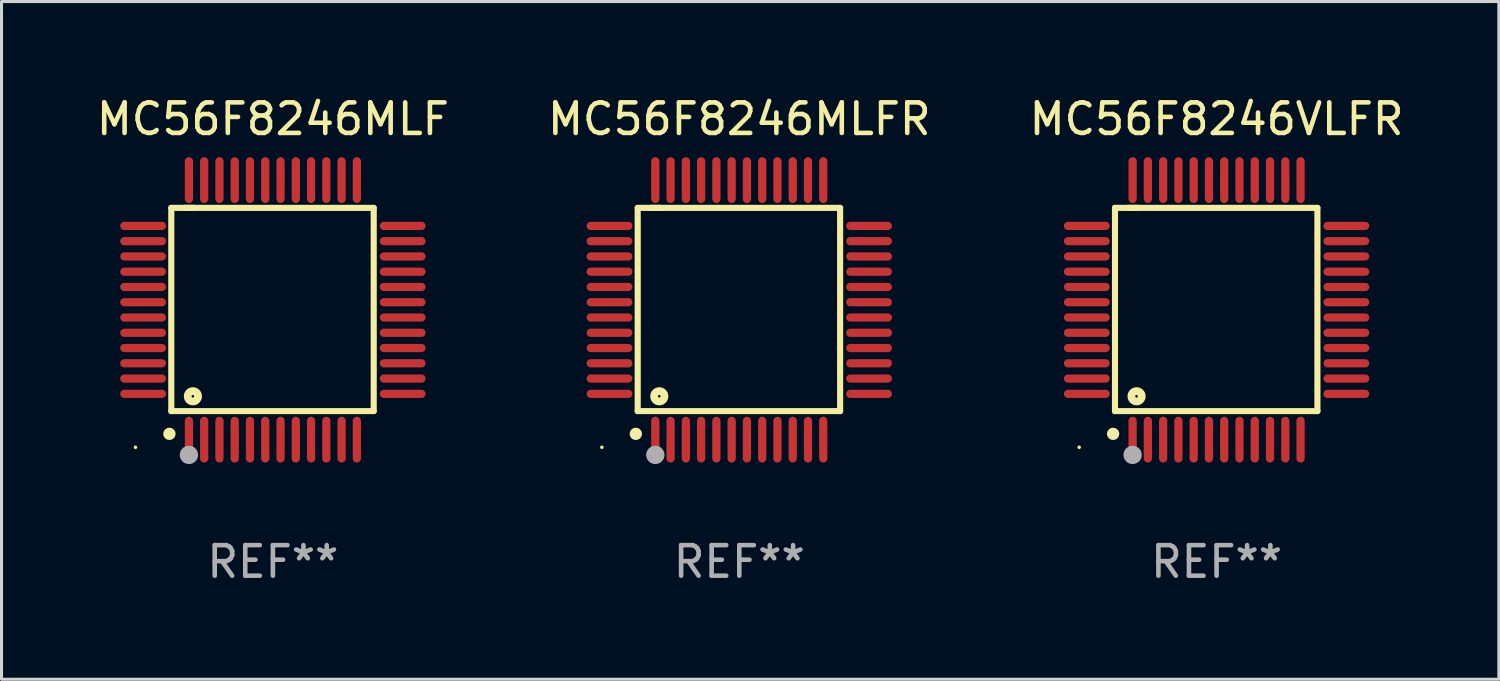
<source format=kicad_pcb>
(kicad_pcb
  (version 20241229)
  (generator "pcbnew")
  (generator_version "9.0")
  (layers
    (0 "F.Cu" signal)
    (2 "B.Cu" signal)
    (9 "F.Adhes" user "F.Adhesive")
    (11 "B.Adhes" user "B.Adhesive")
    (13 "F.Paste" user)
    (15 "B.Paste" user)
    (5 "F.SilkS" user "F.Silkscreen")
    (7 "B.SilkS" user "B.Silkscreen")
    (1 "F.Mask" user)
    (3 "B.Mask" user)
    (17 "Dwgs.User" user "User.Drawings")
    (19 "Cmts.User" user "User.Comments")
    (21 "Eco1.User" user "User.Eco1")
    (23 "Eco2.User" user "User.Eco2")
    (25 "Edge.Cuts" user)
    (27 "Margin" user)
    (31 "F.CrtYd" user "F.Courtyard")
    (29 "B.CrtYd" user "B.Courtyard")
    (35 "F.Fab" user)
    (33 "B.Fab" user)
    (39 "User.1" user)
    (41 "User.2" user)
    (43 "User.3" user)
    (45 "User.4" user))
  (footprint "MC56F8246MLFR"
    (layer "F.Cu")
    (at 21.161 7.098)
    (property "Reference" "MC56F8246MLFR" (at 0 -6.25 0) (layer "F.SilkS") (effects (font (size 1 1) (thickness 0.15))))
    (attr through_hole)
    (fp_line (start -3.327 -3.34) (end -2.565 -3.34) (stroke (width 0.2) (type solid)) (layer "F.SilkS"))
    (fp_line (start -3.327 3.315) (end -3.327 -3.34) (stroke (width 0.2) (type solid)) (layer "F.SilkS"))
    (fp_line (start -2.896 -3.34) (end 3.302 -3.34) (stroke (width 0.2) (type solid)) (layer "F.SilkS"))
    (fp_line (start 3.302 -3.34) (end 3.302 3.315) (stroke (width 0.2) (type solid)) (layer "F.SilkS"))
    (fp_line (start 3.302 3.315) (end -3.327 3.315) (stroke (width 0.2) (type solid)) (layer "F.SilkS"))
    (fp_arc (start -3.389992 4.059995) (mid -3.388722 4.059991) (end -3.387452 4.059995) (stroke (width 0.4) (type solid)) (layer "F.SilkS"))
    (fp_circle (center -4.5 4.5) (end -4.47 4.5) (stroke (width 0.06) (type solid)) (fill no) (layer "F.SilkS"))
    (fp_circle (center -2.62 2.83) (end -2.45 2.83) (stroke (width 0.254) (type solid)) (fill no) (layer "F.SilkS"))
    (fp_circle (center -2.75 4.75) (end -2.6 4.75) (stroke (width 0.3) (type solid)) (fill no) (layer "F.Fab"))
    (fp_text user "REF**" (at 0 8.25 0) (layer "F.Fab") (effects (font (size 1 1) (thickness 0.15))))
    (pad "1" smd oval (at -2.75 4.25) (size 0.27 1.5) (layers "F.Cu" "F.Mask" "F.Paste"))
    (pad "2" smd oval (at -2.25 4.25) (size 0.27 1.5) (layers "F.Cu" "F.Mask" "F.Paste"))
    (pad "3" smd oval (at -1.75 4.25) (size 0.27 1.5) (layers "F.Cu" "F.Mask" "F.Paste"))
    (pad "4" smd oval (at -1.25 4.25) (size 0.27 1.5) (layers "F.Cu" "F.Mask" "F.Paste"))
    (pad "5" smd oval (at -0.75 4.25) (size 0.27 1.5) (layers "F.Cu" "F.Mask" "F.Paste"))
    (pad "6" smd oval (at -0.25 4.25) (size 0.27 1.5) (layers "F.Cu" "F.Mask" "F.Paste"))
    (pad "7" smd oval (at 0.25 4.25) (size 0.27 1.5) (layers "F.Cu" "F.Mask" "F.Paste"))
    (pad "8" smd oval (at 0.75 4.25) (size 0.27 1.5) (layers "F.Cu" "F.Mask" "F.Paste"))
    (pad "9" smd oval (at 1.25 4.25) (size 0.27 1.5) (layers "F.Cu" "F.Mask" "F.Paste"))
    (pad "10" smd oval (at 1.75 4.25) (size 0.27 1.5) (layers "F.Cu" "F.Mask" "F.Paste"))
    (pad "11" smd oval (at 2.25 4.25) (size 0.27 1.5) (layers "F.Cu" "F.Mask" "F.Paste"))
    (pad "12" smd oval (at 2.75 4.25) (size 0.27 1.5) (layers "F.Cu" "F.Mask" "F.Paste"))
    (pad "13" smd oval (at 4.25 2.75) (size 1.5 0.27) (layers "F.Cu" "F.Mask" "F.Paste"))
    (pad "14" smd oval (at 4.25 2.25) (size 1.5 0.27) (layers "F.Cu" "F.Mask" "F.Paste"))
    (pad "15" smd oval (at 4.25 1.75) (size 1.5 0.27) (layers "F.Cu" "F.Mask" "F.Paste"))
    (pad "16" smd oval (at 4.25 1.25) (size 1.5 0.27) (layers "F.Cu" "F.Mask" "F.Paste"))
    (pad "17" smd oval (at 4.25 0.75) (size 1.5 0.27) (layers "F.Cu" "F.Mask" "F.Paste"))
    (pad "18" smd oval (at 4.25 0.25) (size 1.5 0.27) (layers "F.Cu" "F.Mask" "F.Paste"))
    (pad "19" smd oval (at 4.25 -0.25) (size 1.5 0.27) (layers "F.Cu" "F.Mask" "F.Paste"))
    (pad "20" smd oval (at 4.25 -0.75) (size 1.5 0.27) (layers "F.Cu" "F.Mask" "F.Paste"))
    (pad "21" smd oval (at 4.25 -1.25) (size 1.5 0.27) (layers "F.Cu" "F.Mask" "F.Paste"))
    (pad "22" smd oval (at 4.25 -1.75) (size 1.5 0.27) (layers "F.Cu" "F.Mask" "F.Paste"))
    (pad "23" smd oval (at 4.25 -2.25) (size 1.5 0.27) (layers "F.Cu" "F.Mask" "F.Paste"))
    (pad "24" smd oval (at 4.25 -2.75) (size 1.5 0.27) (layers "F.Cu" "F.Mask" "F.Paste"))
    (pad "25" smd oval (at 2.75 -4.25) (size 0.27 1.5) (layers "F.Cu" "F.Mask" "F.Paste"))
    (pad "26" smd oval (at 2.25 -4.25) (size 0.27 1.5) (layers "F.Cu" "F.Mask" "F.Paste"))
    (pad "27" smd oval (at 1.75 -4.25) (size 0.27 1.5) (layers "F.Cu" "F.Mask" "F.Paste"))
    (pad "28" smd oval (at 1.25 -4.25) (size 0.27 1.5) (layers "F.Cu" "F.Mask" "F.Paste"))
    (pad "29" smd oval (at 0.75 -4.25) (size 0.27 1.5) (layers "F.Cu" "F.Mask" "F.Paste"))
    (pad "30" smd oval (at 0.25 -4.25) (size 0.27 1.5) (layers "F.Cu" "F.Mask" "F.Paste"))
    (pad "31" smd oval (at -0.25 -4.25) (size 0.27 1.5) (layers "F.Cu" "F.Mask" "F.Paste"))
    (pad "32" smd oval (at -0.75 -4.25) (size 0.27 1.5) (layers "F.Cu" "F.Mask" "F.Paste"))
    (pad "33" smd oval (at -1.25 -4.25) (size 0.27 1.5) (layers "F.Cu" "F.Mask" "F.Paste"))
    (pad "34" smd oval (at -1.75 -4.25) (size 0.27 1.5) (layers "F.Cu" "F.Mask" "F.Paste"))
    (pad "35" smd oval (at -2.25 -4.25) (size 0.27 1.5) (layers "F.Cu" "F.Mask" "F.Paste"))
    (pad "36" smd oval (at -2.75 -4.25) (size 0.27 1.5) (layers "F.Cu" "F.Mask" "F.Paste"))
    (pad "37" smd oval (at -4.25 -2.75) (size 1.5 0.27) (layers "F.Cu" "F.Mask" "F.Paste"))
    (pad "38" smd oval (at -4.25 -2.25) (size 1.5 0.27) (layers "F.Cu" "F.Mask" "F.Paste"))
    (pad "39" smd oval (at -4.25 -1.75) (size 1.5 0.27) (layers "F.Cu" "F.Mask" "F.Paste"))
    (pad "40" smd oval (at -4.25 -1.25) (size 1.5 0.27) (layers "F.Cu" "F.Mask" "F.Paste"))
    (pad "41" smd oval (at -4.25 -0.75) (size 1.5 0.27) (layers "F.Cu" "F.Mask" "F.Paste"))
    (pad "42" smd oval (at -4.25 -0.25) (size 1.5 0.27) (layers "F.Cu" "F.Mask" "F.Paste"))
    (pad "43" smd oval (at -4.25 0.25) (size 1.5 0.27) (layers "F.Cu" "F.Mask" "F.Paste"))
    (pad "44" smd oval (at -4.25 0.75) (size 1.5 0.27) (layers "F.Cu" "F.Mask" "F.Paste"))
    (pad "45" smd oval (at -4.25 1.25) (size 1.5 0.27) (layers "F.Cu" "F.Mask" "F.Paste"))
    (pad "46" smd oval (at -4.25 1.75) (size 1.5 0.27) (layers "F.Cu" "F.Mask" "F.Paste"))
    (pad "47" smd oval (at -4.25 2.25) (size 1.5 0.27) (layers "F.Cu" "F.Mask" "F.Paste"))
    (pad "48" smd oval (at -4.25 2.75) (size 1.5 0.27) (layers "F.Cu" "F.Mask" "F.Paste")))
  (footprint "MC56F8246VLFR"
    (layer "F.Cu")
    (at 36.792 7.098)
    (property "Reference" "MC56F8246VLFR" (at 0 -6.25 0) (layer "F.SilkS") (effects (font (size 1 1) (thickness 0.15))))
    (attr through_hole)
    (fp_line (start -3.327 -3.34) (end -2.565 -3.34) (stroke (width 0.2) (type solid)) (layer "F.SilkS"))
    (fp_line (start -3.327 3.315) (end -3.327 -3.34) (stroke (width 0.2) (type solid)) (layer "F.SilkS"))
    (fp_line (start -2.896 -3.34) (end 3.302 -3.34) (stroke (width 0.2) (type solid)) (layer "F.SilkS"))
    (fp_line (start 3.302 -3.34) (end 3.302 3.315) (stroke (width 0.2) (type solid)) (layer "F.SilkS"))
    (fp_line (start 3.302 3.315) (end -3.327 3.315) (stroke (width 0.2) (type solid)) (layer "F.SilkS"))
    (fp_arc (start -3.389992 4.059995) (mid -3.388722 4.059991) (end -3.387452 4.059995) (stroke (width 0.4) (type solid)) (layer "F.SilkS"))
    (fp_circle (center -4.5 4.5) (end -4.47 4.5) (stroke (width 0.06) (type solid)) (fill no) (layer "F.SilkS"))
    (fp_circle (center -2.62 2.83) (end -2.45 2.83) (stroke (width 0.254) (type solid)) (fill no) (layer "F.SilkS"))
    (fp_circle (center -2.75 4.75) (end -2.6 4.75) (stroke (width 0.3) (type solid)) (fill no) (layer "F.Fab"))
    (fp_text user "REF**" (at 0 8.25 0) (layer "F.Fab") (effects (font (size 1 1) (thickness 0.15))))
    (pad "1" smd oval (at -2.75 4.25) (size 0.27 1.5) (layers "F.Cu" "F.Mask" "F.Paste"))
    (pad "2" smd oval (at -2.25 4.25) (size 0.27 1.5) (layers "F.Cu" "F.Mask" "F.Paste"))
    (pad "3" smd oval (at -1.75 4.25) (size 0.27 1.5) (layers "F.Cu" "F.Mask" "F.Paste"))
    (pad "4" smd oval (at -1.25 4.25) (size 0.27 1.5) (layers "F.Cu" "F.Mask" "F.Paste"))
    (pad "5" smd oval (at -0.75 4.25) (size 0.27 1.5) (layers "F.Cu" "F.Mask" "F.Paste"))
    (pad "6" smd oval (at -0.25 4.25) (size 0.27 1.5) (layers "F.Cu" "F.Mask" "F.Paste"))
    (pad "7" smd oval (at 0.25 4.25) (size 0.27 1.5) (layers "F.Cu" "F.Mask" "F.Paste"))
    (pad "8" smd oval (at 0.75 4.25) (size 0.27 1.5) (layers "F.Cu" "F.Mask" "F.Paste"))
    (pad "9" smd oval (at 1.25 4.25) (size 0.27 1.5) (layers "F.Cu" "F.Mask" "F.Paste"))
    (pad "10" smd oval (at 1.75 4.25) (size 0.27 1.5) (layers "F.Cu" "F.Mask" "F.Paste"))
    (pad "11" smd oval (at 2.25 4.25) (size 0.27 1.5) (layers "F.Cu" "F.Mask" "F.Paste"))
    (pad "12" smd oval (at 2.75 4.25) (size 0.27 1.5) (layers "F.Cu" "F.Mask" "F.Paste"))
    (pad "13" smd oval (at 4.25 2.75) (size 1.5 0.27) (layers "F.Cu" "F.Mask" "F.Paste"))
    (pad "14" smd oval (at 4.25 2.25) (size 1.5 0.27) (layers "F.Cu" "F.Mask" "F.Paste"))
    (pad "15" smd oval (at 4.25 1.75) (size 1.5 0.27) (layers "F.Cu" "F.Mask" "F.Paste"))
    (pad "16" smd oval (at 4.25 1.25) (size 1.5 0.27) (layers "F.Cu" "F.Mask" "F.Paste"))
    (pad "17" smd oval (at 4.25 0.75) (size 1.5 0.27) (layers "F.Cu" "F.Mask" "F.Paste"))
    (pad "18" smd oval (at 4.25 0.25) (size 1.5 0.27) (layers "F.Cu" "F.Mask" "F.Paste"))
    (pad "19" smd oval (at 4.25 -0.25) (size 1.5 0.27) (layers "F.Cu" "F.Mask" "F.Paste"))
    (pad "20" smd oval (at 4.25 -0.75) (size 1.5 0.27) (layers "F.Cu" "F.Mask" "F.Paste"))
    (pad "21" smd oval (at 4.25 -1.25) (size 1.5 0.27) (layers "F.Cu" "F.Mask" "F.Paste"))
    (pad "22" smd oval (at 4.25 -1.75) (size 1.5 0.27) (layers "F.Cu" "F.Mask" "F.Paste"))
    (pad "23" smd oval (at 4.25 -2.25) (size 1.5 0.27) (layers "F.Cu" "F.Mask" "F.Paste"))
    (pad "24" smd oval (at 4.25 -2.75) (size 1.5 0.27) (layers "F.Cu" "F.Mask" "F.Paste"))
    (pad "25" smd oval (at 2.75 -4.25) (size 0.27 1.5) (layers "F.Cu" "F.Mask" "F.Paste"))
    (pad "26" smd oval (at 2.25 -4.25) (size 0.27 1.5) (layers "F.Cu" "F.Mask" "F.Paste"))
    (pad "27" smd oval (at 1.75 -4.25) (size 0.27 1.5) (layers "F.Cu" "F.Mask" "F.Paste"))
    (pad "28" smd oval (at 1.25 -4.25) (size 0.27 1.5) (layers "F.Cu" "F.Mask" "F.Paste"))
    (pad "29" smd oval (at 0.75 -4.25) (size 0.27 1.5) (layers "F.Cu" "F.Mask" "F.Paste"))
    (pad "30" smd oval (at 0.25 -4.25) (size 0.27 1.5) (layers "F.Cu" "F.Mask" "F.Paste"))
    (pad "31" smd oval (at -0.25 -4.25) (size 0.27 1.5) (layers "F.Cu" "F.Mask" "F.Paste"))
    (pad "32" smd oval (at -0.75 -4.25) (size 0.27 1.5) (layers "F.Cu" "F.Mask" "F.Paste"))
    (pad "33" smd oval (at -1.25 -4.25) (size 0.27 1.5) (layers "F.Cu" "F.Mask" "F.Paste"))
    (pad "34" smd oval (at -1.75 -4.25) (size 0.27 1.5) (layers "F.Cu" "F.Mask" "F.Paste"))
    (pad "35" smd oval (at -2.25 -4.25) (size 0.27 1.5) (layers "F.Cu" "F.Mask" "F.Paste"))
    (pad "36" smd oval (at -2.75 -4.25) (size 0.27 1.5) (layers "F.Cu" "F.Mask" "F.Paste"))
    (pad "37" smd oval (at -4.25 -2.75) (size 1.5 0.27) (layers "F.Cu" "F.Mask" "F.Paste"))
    (pad "38" smd oval (at -4.25 -2.25) (size 1.5 0.27) (layers "F.Cu" "F.Mask" "F.Paste"))
    (pad "39" smd oval (at -4.25 -1.75) (size 1.5 0.27) (layers "F.Cu" "F.Mask" "F.Paste"))
    (pad "40" smd oval (at -4.25 -1.25) (size 1.5 0.27) (layers "F.Cu" "F.Mask" "F.Paste"))
    (pad "41" smd oval (at -4.25 -0.75) (size 1.5 0.27) (layers "F.Cu" "F.Mask" "F.Paste"))
    (pad "42" smd oval (at -4.25 -0.25) (size 1.5 0.27) (layers "F.Cu" "F.Mask" "F.Paste"))
    (pad "43" smd oval (at -4.25 0.25) (size 1.5 0.27) (layers "F.Cu" "F.Mask" "F.Paste"))
    (pad "44" smd oval (at -4.25 0.75) (size 1.5 0.27) (layers "F.Cu" "F.Mask" "F.Paste"))
    (pad "45" smd oval (at -4.25 1.25) (size 1.5 0.27) (layers "F.Cu" "F.Mask" "F.Paste"))
    (pad "46" smd oval (at -4.25 1.75) (size 1.5 0.27) (layers "F.Cu" "F.Mask" "F.Paste"))
    (pad "47" smd oval (at -4.25 2.25) (size 1.5 0.27) (layers "F.Cu" "F.Mask" "F.Paste"))
    (pad "48" smd oval (at -4.25 2.75) (size 1.5 0.27) (layers "F.Cu" "F.Mask" "F.Paste")))
  (footprint "MC56F8246MLF"
    (layer "F.Cu")
    (at 5.887 7.098)
    (property "Reference" "MC56F8246MLF" (at 0 -6.25 0) (layer "F.SilkS") (effects (font (size 1 1) (thickness 0.15))))
    (attr through_hole)
    (fp_line (start -3.327 -3.34) (end -2.565 -3.34) (stroke (width 0.2) (type solid)) (layer "F.SilkS"))
    (fp_line (start -3.327 3.315) (end -3.327 -3.34) (stroke (width 0.2) (type solid)) (layer "F.SilkS"))
    (fp_line (start -2.896 -3.34) (end 3.302 -3.34) (stroke (width 0.2) (type solid)) (layer "F.SilkS"))
    (fp_line (start 3.302 -3.34) (end 3.302 3.315) (stroke (width 0.2) (type solid)) (layer "F.SilkS"))
    (fp_line (start 3.302 3.315) (end -3.327 3.315) (stroke (width 0.2) (type solid)) (layer "F.SilkS"))
    (fp_arc (start -3.389992 4.059995) (mid -3.388722 4.059991) (end -3.387452 4.059995) (stroke (width 0.4) (type solid)) (layer "F.SilkS"))
    (fp_circle (center -4.5 4.5) (end -4.47 4.5) (stroke (width 0.06) (type solid)) (fill no) (layer "F.SilkS"))
    (fp_circle (center -2.62 2.83) (end -2.45 2.83) (stroke (width 0.254) (type solid)) (fill no) (layer "F.SilkS"))
    (fp_circle (center -2.75 4.75) (end -2.6 4.75) (stroke (width 0.3) (type solid)) (fill no) (layer "F.Fab"))
    (fp_text user "REF**" (at 0 8.25 0) (layer "F.Fab") (effects (font (size 1 1) (thickness 0.15))))
    (pad "1" smd oval (at -2.75 4.25) (size 0.27 1.5) (layers "F.Cu" "F.Mask" "F.Paste"))
    (pad "2" smd oval (at -2.25 4.25) (size 0.27 1.5) (layers "F.Cu" "F.Mask" "F.Paste"))
    (pad "3" smd oval (at -1.75 4.25) (size 0.27 1.5) (layers "F.Cu" "F.Mask" "F.Paste"))
    (pad "4" smd oval (at -1.25 4.25) (size 0.27 1.5) (layers "F.Cu" "F.Mask" "F.Paste"))
    (pad "5" smd oval (at -0.75 4.25) (size 0.27 1.5) (layers "F.Cu" "F.Mask" "F.Paste"))
    (pad "6" smd oval (at -0.25 4.25) (size 0.27 1.5) (layers "F.Cu" "F.Mask" "F.Paste"))
    (pad "7" smd oval (at 0.25 4.25) (size 0.27 1.5) (layers "F.Cu" "F.Mask" "F.Paste"))
    (pad "8" smd oval (at 0.75 4.25) (size 0.27 1.5) (layers "F.Cu" "F.Mask" "F.Paste"))
    (pad "9" smd oval (at 1.25 4.25) (size 0.27 1.5) (layers "F.Cu" "F.Mask" "F.Paste"))
    (pad "10" smd oval (at 1.75 4.25) (size 0.27 1.5) (layers "F.Cu" "F.Mask" "F.Paste"))
    (pad "11" smd oval (at 2.25 4.25) (size 0.27 1.5) (layers "F.Cu" "F.Mask" "F.Paste"))
    (pad "12" smd oval (at 2.75 4.25) (size 0.27 1.5) (layers "F.Cu" "F.Mask" "F.Paste"))
    (pad "13" smd oval (at 4.25 2.75) (size 1.5 0.27) (layers "F.Cu" "F.Mask" "F.Paste"))
    (pad "14" smd oval (at 4.25 2.25) (size 1.5 0.27) (layers "F.Cu" "F.Mask" "F.Paste"))
    (pad "15" smd oval (at 4.25 1.75) (size 1.5 0.27) (layers "F.Cu" "F.Mask" "F.Paste"))
    (pad "16" smd oval (at 4.25 1.25) (size 1.5 0.27) (layers "F.Cu" "F.Mask" "F.Paste"))
    (pad "17" smd oval (at 4.25 0.75) (size 1.5 0.27) (layers "F.Cu" "F.Mask" "F.Paste"))
    (pad "18" smd oval (at 4.25 0.25) (size 1.5 0.27) (layers "F.Cu" "F.Mask" "F.Paste"))
    (pad "19" smd oval (at 4.25 -0.25) (size 1.5 0.27) (layers "F.Cu" "F.Mask" "F.Paste"))
    (pad "20" smd oval (at 4.25 -0.75) (size 1.5 0.27) (layers "F.Cu" "F.Mask" "F.Paste"))
    (pad "21" smd oval (at 4.25 -1.25) (size 1.5 0.27) (layers "F.Cu" "F.Mask" "F.Paste"))
    (pad "22" smd oval (at 4.25 -1.75) (size 1.5 0.27) (layers "F.Cu" "F.Mask" "F.Paste"))
    (pad "23" smd oval (at 4.25 -2.25) (size 1.5 0.27) (layers "F.Cu" "F.Mask" "F.Paste"))
    (pad "24" smd oval (at 4.25 -2.75) (size 1.5 0.27) (layers "F.Cu" "F.Mask" "F.Paste"))
    (pad "25" smd oval (at 2.75 -4.25) (size 0.27 1.5) (layers "F.Cu" "F.Mask" "F.Paste"))
    (pad "26" smd oval (at 2.25 -4.25) (size 0.27 1.5) (layers "F.Cu" "F.Mask" "F.Paste"))
    (pad "27" smd oval (at 1.75 -4.25) (size 0.27 1.5) (layers "F.Cu" "F.Mask" "F.Paste"))
    (pad "28" smd oval (at 1.25 -4.25) (size 0.27 1.5) (layers "F.Cu" "F.Mask" "F.Paste"))
    (pad "29" smd oval (at 0.75 -4.25) (size 0.27 1.5) (layers "F.Cu" "F.Mask" "F.Paste"))
    (pad "30" smd oval (at 0.25 -4.25) (size 0.27 1.5) (layers "F.Cu" "F.Mask" "F.Paste"))
    (pad "31" smd oval (at -0.25 -4.25) (size 0.27 1.5) (layers "F.Cu" "F.Mask" "F.Paste"))
    (pad "32" smd oval (at -0.75 -4.25) (size 0.27 1.5) (layers "F.Cu" "F.Mask" "F.Paste"))
    (pad "33" smd oval (at -1.25 -4.25) (size 0.27 1.5) (layers "F.Cu" "F.Mask" "F.Paste"))
    (pad "34" smd oval (at -1.75 -4.25) (size 0.27 1.5) (layers "F.Cu" "F.Mask" "F.Paste"))
    (pad "35" smd oval (at -2.25 -4.25) (size 0.27 1.5) (layers "F.Cu" "F.Mask" "F.Paste"))
    (pad "36" smd oval (at -2.75 -4.25) (size 0.27 1.5) (layers "F.Cu" "F.Mask" "F.Paste"))
    (pad "37" smd oval (at -4.25 -2.75) (size 1.5 0.27) (layers "F.Cu" "F.Mask" "F.Paste"))
    (pad "38" smd oval (at -4.25 -2.25) (size 1.5 0.27) (layers "F.Cu" "F.Mask" "F.Paste"))
    (pad "39" smd oval (at -4.25 -1.75) (size 1.5 0.27) (layers "F.Cu" "F.Mask" "F.Paste"))
    (pad "40" smd oval (at -4.25 -1.25) (size 1.5 0.27) (layers "F.Cu" "F.Mask" "F.Paste"))
    (pad "41" smd oval (at -4.25 -0.75) (size 1.5 0.27) (layers "F.Cu" "F.Mask" "F.Paste"))
    (pad "42" smd oval (at -4.25 -0.25) (size 1.5 0.27) (layers "F.Cu" "F.Mask" "F.Paste"))
    (pad "43" smd oval (at -4.25 0.25) (size 1.5 0.27) (layers "F.Cu" "F.Mask" "F.Paste"))
    (pad "44" smd oval (at -4.25 0.75) (size 1.5 0.27) (layers "F.Cu" "F.Mask" "F.Paste"))
    (pad "45" smd oval (at -4.25 1.25) (size 1.5 0.27) (layers "F.Cu" "F.Mask" "F.Paste"))
    (pad "46" smd oval (at -4.25 1.75) (size 1.5 0.27) (layers "F.Cu" "F.Mask" "F.Paste"))
    (pad "47" smd oval (at -4.25 2.25) (size 1.5 0.27) (layers "F.Cu" "F.Mask" "F.Paste"))
    (pad "48" smd oval (at -4.25 2.75) (size 1.5 0.27) (layers "F.Cu" "F.Mask" "F.Paste")))
  (gr_rect
    (start -3 -3)
    (end 46.036 19.196)
    (stroke (width 0.1) (type default))
    (fill no)
    (layer "Edge.Cuts")))
</source>
